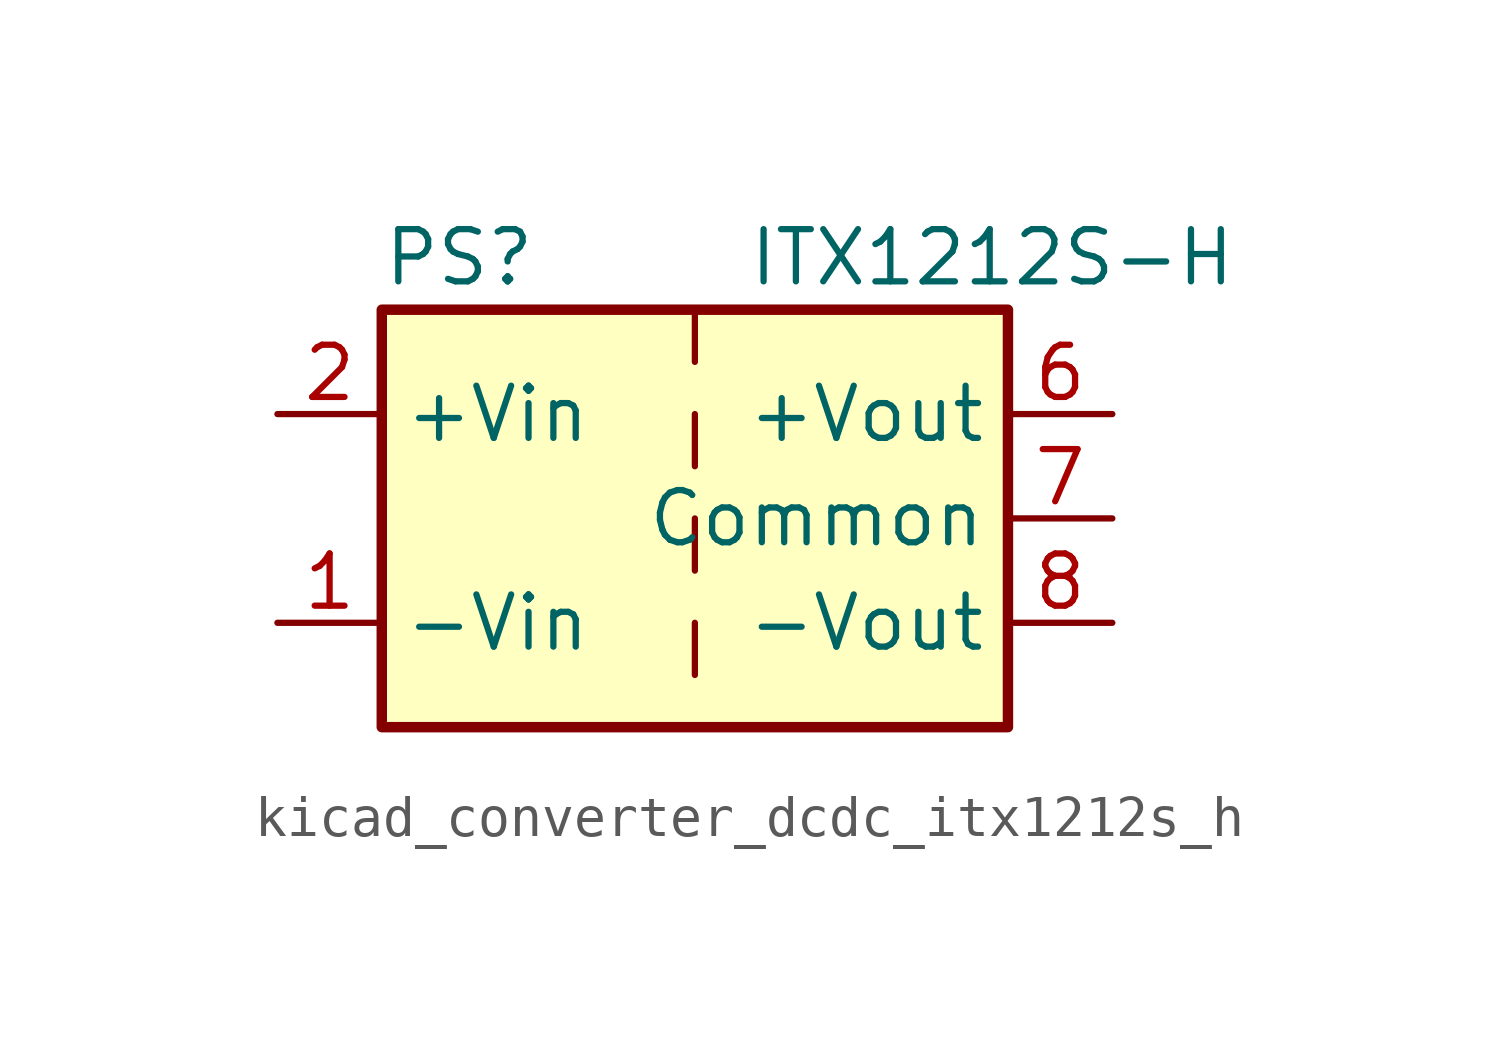
<source format=kicad_sym>
(kicad_symbol_lib
  (version 20220914)
  (generator kicad_symbol_editor)
  (symbol "kicad_converter_dcdc_itx1212s_h"
    (property "Reference" "PS"
      (at -7.62 6.35 0)
      (effects (font (size 1.27 1.27)) (justify left)))
    (property "Value" "ITX1212S-H"
      (at 1.27 6.35 0)
      (effects (font (size 1.27 1.27)) (justify left)))
    (symbol "kicad_converter_dcdc_itx1212s_h_0_0"
      (pin power_in line (at -10.16 -2.54 0) (length 2.54) (name "-Vin" (effects (font (size 1.27 1.27)))) (number "1" (effects (font (size 1.27 1.27)))))
      (pin power_in line (at -10.16 2.54 0) (length 2.54) (name "+Vin" (effects (font (size 1.27 1.27)))) (number "2" (effects (font (size 1.27 1.27)))))
      (pin no_connect line (at 0 -5.08 90) (length 2.54) hide (name "NC" (effects (font (size 1.27 1.27)))) (number "3" (effects (font (size 1.27 1.27)))))
      (pin no_connect line (at 0 5.08 270) (length 2.54) hide (name "NC" (effects (font (size 1.27 1.27)))) (number "5" (effects (font (size 1.27 1.27)))))
      (pin power_out line (at 10.16 2.54 180) (length 2.54) (name "+Vout" (effects (font (size 1.27 1.27)))) (number "6" (effects (font (size 1.27 1.27)))))
      (pin power_out line (at 10.16 0 180) (length 2.54) (name "Common" (effects (font (size 1.27 1.27)))) (number "7" (effects (font (size 1.27 1.27)))))
      (pin power_out line (at 10.16 -2.54 180) (length 2.54) (name "-Vout" (effects (font (size 1.27 1.27)))) (number "8" (effects (font (size 1.27 1.27))))))
    (symbol "kicad_converter_dcdc_itx1212s_h_0_1"
      (rectangle (start -7.62 5.08) (end 7.62 -5.08) (stroke (width 0.254) (type default)) (fill (type background)))
      (polyline (pts (xy 0 -2.54) (xy 0 -3.81)) (stroke (width 0) (type default)) (fill (type none)))
      (polyline (pts (xy 0 0) (xy 0 -1.27)) (stroke (width 0) (type default)) (fill (type none)))
      (polyline (pts (xy 0 2.54) (xy 0 1.27)) (stroke (width 0) (type default)) (fill (type none)))
      (polyline (pts (xy 0 5.08) (xy 0 3.81)) (stroke (width 0) (type default)) (fill (type none))))))
</source>
